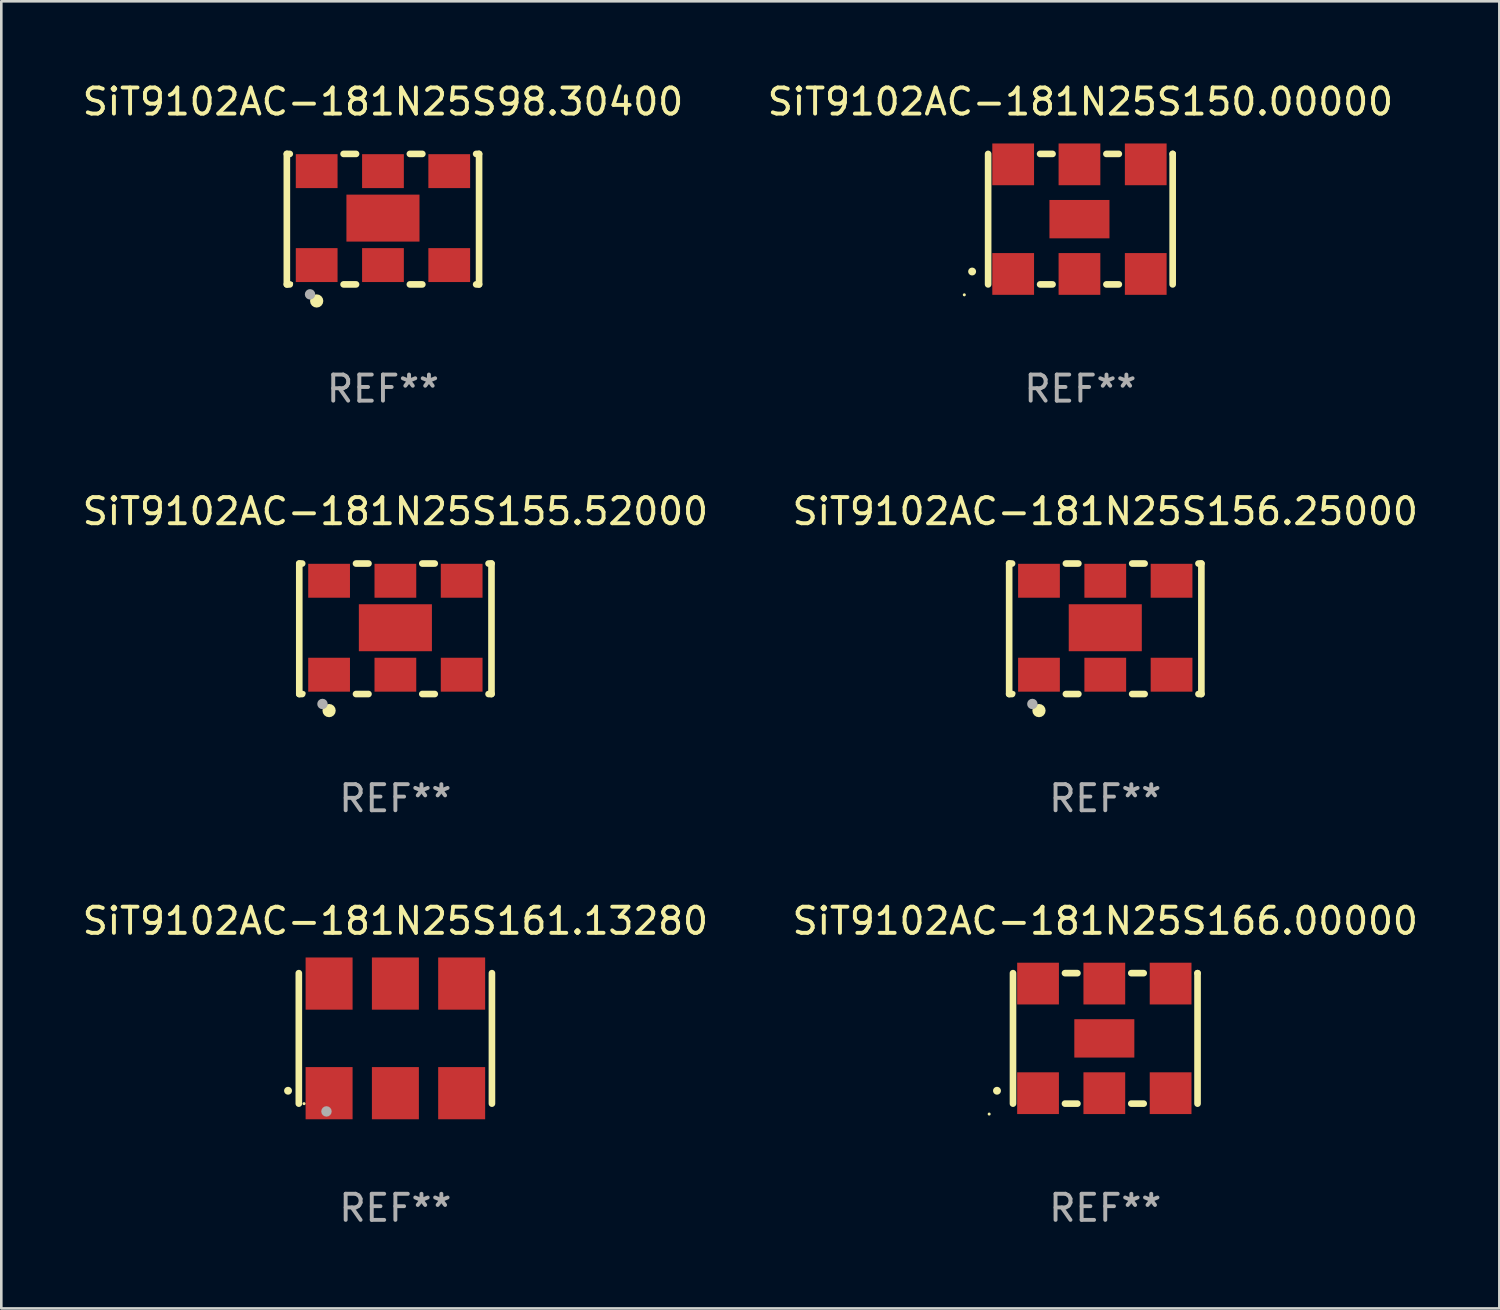
<source format=kicad_pcb>
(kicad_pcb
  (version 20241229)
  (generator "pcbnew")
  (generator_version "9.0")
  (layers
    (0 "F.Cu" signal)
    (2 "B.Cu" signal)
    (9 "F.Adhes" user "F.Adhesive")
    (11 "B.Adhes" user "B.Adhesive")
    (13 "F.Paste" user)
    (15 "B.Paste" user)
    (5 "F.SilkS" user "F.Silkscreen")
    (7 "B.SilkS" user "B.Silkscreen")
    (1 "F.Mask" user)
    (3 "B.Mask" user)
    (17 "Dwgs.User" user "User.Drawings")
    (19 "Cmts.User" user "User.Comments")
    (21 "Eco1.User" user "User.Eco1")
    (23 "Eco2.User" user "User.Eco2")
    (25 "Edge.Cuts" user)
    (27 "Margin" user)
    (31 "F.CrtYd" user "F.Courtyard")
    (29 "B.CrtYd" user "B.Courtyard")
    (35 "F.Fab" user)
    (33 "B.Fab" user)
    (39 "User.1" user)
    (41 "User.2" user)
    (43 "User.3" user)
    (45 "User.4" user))
  (footprint "SiT9102AC-181N25S161.13280"
    (layer "F.Cu")
    (at 12.101 36.741)
    (property "Reference" "SiT9102AC-181N25S161.13280" (at 0 -4.5 0) (layer "F.SilkS") (effects (font (size 1 1) (thickness 0.15))))
    (attr through_hole)
    (fp_line (start -3.7 -2.5) (end -3.7 2.5) (stroke (width 0.254) (type solid)) (layer "F.SilkS"))
    (fp_line (start 3.7 -2.5) (end 3.7 2.5) (stroke (width 0.254) (type solid)) (layer "F.SilkS"))
    (fp_arc (start -4.114415 2.006604) (mid -4.113145 2.006599) (end -4.111875 2.006604) (stroke (width 0.3) (type solid)) (layer "F.SilkS"))
    (fp_circle (center -3.5 2.501) (end -3.47 2.501) (stroke (width 0.06) (type solid)) (fill no) (layer "F.SilkS"))
    (fp_circle (center -2.641 2.799) (end -2.541 2.799) (stroke (width 0.2) (type solid)) (fill no) (layer "F.Fab"))
    (fp_text user "REF**" (at 0 6.5 0) (layer "F.Fab") (effects (font (size 1 1) (thickness 0.15))))
    (pad "1" smd rect (at -2.54 2.1) (size 1.8 2) (layers "F.Cu" "F.Mask" "F.Paste"))
    (pad "2" smd rect (at 0.000394 2.1) (size 1.8 2) (layers "F.Cu" "F.Mask" "F.Paste"))
    (pad "3" smd rect (at 2.54 2.1) (size 1.8 2) (layers "F.Cu" "F.Mask" "F.Paste"))
    (pad "4" smd rect (at 2.54 -2.1) (size 1.8 2) (layers "F.Cu" "F.Mask" "F.Paste"))
    (pad "5" smd rect (at 0.000394 -2.1) (size 1.8 2) (layers "F.Cu" "F.Mask" "F.Paste"))
    (pad "6" smd rect (at -2.54 -2.1) (size 1.8 2) (layers "F.Cu" "F.Mask" "F.Paste")))
  (footprint "SiT9102AC-181N25S98.30400"
    (layer "F.Cu")
    (at 11.625 5.348)
    (property "Reference" "SiT9102AC-181N25S98.30400" (at 0 -4.5 0) (layer "F.SilkS") (effects (font (size 1 1) (thickness 0.15))))
    (attr through_hole)
    (fp_line (start -3.683 -2.5) (end -3.571 -2.5) (stroke (width 0.254) (type solid)) (layer "F.SilkS"))
    (fp_line (start -3.683 2.5) (end -3.683 -2.5) (stroke (width 0.254) (type solid)) (layer "F.SilkS"))
    (fp_line (start -3.683 2.5) (end -3.571 2.5) (stroke (width 0.254) (type solid)) (layer "F.SilkS"))
    (fp_line (start -1.509 -2.5) (end -1.031 -2.5) (stroke (width 0.254) (type solid)) (layer "F.SilkS"))
    (fp_line (start -1.509 2.5) (end -1.031 2.5) (stroke (width 0.254) (type solid)) (layer "F.SilkS"))
    (fp_line (start 1.031 -2.5) (end 1.509 -2.5) (stroke (width 0.254) (type solid)) (layer "F.SilkS"))
    (fp_line (start 1.031 2.5) (end 1.509 2.5) (stroke (width 0.254) (type solid)) (layer "F.SilkS"))
    (fp_line (start 3.571 -2.5) (end 3.683 -2.5) (stroke (width 0.254) (type solid)) (layer "F.SilkS"))
    (fp_line (start 3.571 2.5) (end 3.683 2.5) (stroke (width 0.254) (type solid)) (layer "F.SilkS"))
    (fp_line (start 3.683 2.5) (end 3.683 -2.5) (stroke (width 0.254) (type solid)) (layer "F.SilkS"))
    (fp_circle (center -3.5 2.46) (end -3.47 2.46) (stroke (width 0.06) (type solid)) (fill no) (layer "F.SilkS"))
    (fp_circle (center -2.54 3.135) (end -2.413 3.135) (stroke (width 0.254) (type solid)) (fill no) (layer "F.SilkS"))
    (fp_circle (center -2.794 2.881) (end -2.694 2.881) (stroke (width 0.2) (type solid)) (fill no) (layer "F.Fab"))
    (fp_text user "REF**" (at 0 6.5 0) (layer "F.Fab") (effects (font (size 1 1) (thickness 0.15))))
    (pad "1" smd rect (at -2.54 1.76) (size 1.6 1.3) (layers "F.Cu" "F.Mask" "F.Paste"))
    (pad "2" smd rect (at 0 1.76) (size 1.6 1.3) (layers "F.Cu" "F.Mask" "F.Paste"))
    (pad "3" smd rect (at 2.54 1.76) (size 1.6 1.3) (layers "F.Cu" "F.Mask" "F.Paste"))
    (pad "4" smd rect (at 2.54 -1.84) (size 1.6 1.3) (layers "F.Cu" "F.Mask" "F.Paste"))
    (pad "5" smd rect (at 0 -1.84) (size 1.6 1.3) (layers "F.Cu" "F.Mask" "F.Paste"))
    (pad "6" smd rect (at -2.54 -1.84) (size 1.6 1.3) (layers "F.Cu" "F.Mask" "F.Paste"))
    (pad "7" smd rect (at 0 -0.04) (size 2.8 1.8) (layers "F.Cu" "F.Mask" "F.Paste")))
  (footprint "SiT9102AC-181N25S155.52000"
    (layer "F.Cu")
    (at 12.101 21.045)
    (property "Reference" "SiT9102AC-181N25S155.52000" (at 0 -4.5 0) (layer "F.SilkS") (effects (font (size 1 1) (thickness 0.15))))
    (attr through_hole)
    (fp_line (start -3.683 -2.5) (end -3.571 -2.5) (stroke (width 0.254) (type solid)) (layer "F.SilkS"))
    (fp_line (start -3.683 2.5) (end -3.683 -2.5) (stroke (width 0.254) (type solid)) (layer "F.SilkS"))
    (fp_line (start -3.683 2.5) (end -3.571 2.5) (stroke (width 0.254) (type solid)) (layer "F.SilkS"))
    (fp_line (start -1.509 -2.5) (end -1.031 -2.5) (stroke (width 0.254) (type solid)) (layer "F.SilkS"))
    (fp_line (start -1.509 2.5) (end -1.031 2.5) (stroke (width 0.254) (type solid)) (layer "F.SilkS"))
    (fp_line (start 1.031 -2.5) (end 1.509 -2.5) (stroke (width 0.254) (type solid)) (layer "F.SilkS"))
    (fp_line (start 1.031 2.5) (end 1.509 2.5) (stroke (width 0.254) (type solid)) (layer "F.SilkS"))
    (fp_line (start 3.571 -2.5) (end 3.683 -2.5) (stroke (width 0.254) (type solid)) (layer "F.SilkS"))
    (fp_line (start 3.571 2.5) (end 3.683 2.5) (stroke (width 0.254) (type solid)) (layer "F.SilkS"))
    (fp_line (start 3.683 2.5) (end 3.683 -2.5) (stroke (width 0.254) (type solid)) (layer "F.SilkS"))
    (fp_circle (center -3.5 2.46) (end -3.47 2.46) (stroke (width 0.06) (type solid)) (fill no) (layer "F.SilkS"))
    (fp_circle (center -2.54 3.135) (end -2.413 3.135) (stroke (width 0.254) (type solid)) (fill no) (layer "F.SilkS"))
    (fp_circle (center -2.794 2.881) (end -2.694 2.881) (stroke (width 0.2) (type solid)) (fill no) (layer "F.Fab"))
    (fp_text user "REF**" (at 0 6.5 0) (layer "F.Fab") (effects (font (size 1 1) (thickness 0.15))))
    (pad "1" smd rect (at -2.54 1.76) (size 1.6 1.3) (layers "F.Cu" "F.Mask" "F.Paste"))
    (pad "2" smd rect (at 0 1.76) (size 1.6 1.3) (layers "F.Cu" "F.Mask" "F.Paste"))
    (pad "3" smd rect (at 2.54 1.76) (size 1.6 1.3) (layers "F.Cu" "F.Mask" "F.Paste"))
    (pad "4" smd rect (at 2.54 -1.84) (size 1.6 1.3) (layers "F.Cu" "F.Mask" "F.Paste"))
    (pad "5" smd rect (at 0 -1.84) (size 1.6 1.3) (layers "F.Cu" "F.Mask" "F.Paste"))
    (pad "6" smd rect (at -2.54 -1.84) (size 1.6 1.3) (layers "F.Cu" "F.Mask" "F.Paste"))
    (pad "7" smd rect (at 0 -0.04) (size 2.8 1.8) (layers "F.Cu" "F.Mask" "F.Paste")))
  (footprint "SiT9102AC-181N25S156.25000"
    (layer "F.Cu")
    (at 39.304 21.045)
    (property "Reference" "SiT9102AC-181N25S156.25000" (at 0 -4.5 0) (layer "F.SilkS") (effects (font (size 1 1) (thickness 0.15))))
    (attr through_hole)
    (fp_line (start -3.683 -2.5) (end -3.571 -2.5) (stroke (width 0.254) (type solid)) (layer "F.SilkS"))
    (fp_line (start -3.683 2.5) (end -3.683 -2.5) (stroke (width 0.254) (type solid)) (layer "F.SilkS"))
    (fp_line (start -3.683 2.5) (end -3.571 2.5) (stroke (width 0.254) (type solid)) (layer "F.SilkS"))
    (fp_line (start -1.509 -2.5) (end -1.031 -2.5) (stroke (width 0.254) (type solid)) (layer "F.SilkS"))
    (fp_line (start -1.509 2.5) (end -1.031 2.5) (stroke (width 0.254) (type solid)) (layer "F.SilkS"))
    (fp_line (start 1.031 -2.5) (end 1.509 -2.5) (stroke (width 0.254) (type solid)) (layer "F.SilkS"))
    (fp_line (start 1.031 2.5) (end 1.509 2.5) (stroke (width 0.254) (type solid)) (layer "F.SilkS"))
    (fp_line (start 3.571 -2.5) (end 3.683 -2.5) (stroke (width 0.254) (type solid)) (layer "F.SilkS"))
    (fp_line (start 3.571 2.5) (end 3.683 2.5) (stroke (width 0.254) (type solid)) (layer "F.SilkS"))
    (fp_line (start 3.683 2.5) (end 3.683 -2.5) (stroke (width 0.254) (type solid)) (layer "F.SilkS"))
    (fp_circle (center -3.5 2.46) (end -3.47 2.46) (stroke (width 0.06) (type solid)) (fill no) (layer "F.SilkS"))
    (fp_circle (center -2.54 3.135) (end -2.413 3.135) (stroke (width 0.254) (type solid)) (fill no) (layer "F.SilkS"))
    (fp_circle (center -2.794 2.881) (end -2.694 2.881) (stroke (width 0.2) (type solid)) (fill no) (layer "F.Fab"))
    (fp_text user "REF**" (at 0 6.5 0) (layer "F.Fab") (effects (font (size 1 1) (thickness 0.15))))
    (pad "1" smd rect (at -2.54 1.76) (size 1.6 1.3) (layers "F.Cu" "F.Mask" "F.Paste"))
    (pad "2" smd rect (at 0 1.76) (size 1.6 1.3) (layers "F.Cu" "F.Mask" "F.Paste"))
    (pad "3" smd rect (at 2.54 1.76) (size 1.6 1.3) (layers "F.Cu" "F.Mask" "F.Paste"))
    (pad "4" smd rect (at 2.54 -1.84) (size 1.6 1.3) (layers "F.Cu" "F.Mask" "F.Paste"))
    (pad "5" smd rect (at 0 -1.84) (size 1.6 1.3) (layers "F.Cu" "F.Mask" "F.Paste"))
    (pad "6" smd rect (at -2.54 -1.84) (size 1.6 1.3) (layers "F.Cu" "F.Mask" "F.Paste"))
    (pad "7" smd rect (at 0 -0.04) (size 2.8 1.8) (layers "F.Cu" "F.Mask" "F.Paste")))
  (footprint "SiT9102AC-181N25S166.00000"
    (layer "F.Cu")
    (at 39.304 36.741)
    (property "Reference" "SiT9102AC-181N25S166.00000" (at 0 -4.5 0) (layer "F.SilkS") (effects (font (size 1 1) (thickness 0.15))))
    (attr through_hole)
    (fp_line (start -3.536 -2.5) (end -3.536 2.5) (stroke (width 0.254) (type solid)) (layer "F.SilkS"))
    (fp_line (start -1.544 2.5) (end -1.067 2.5) (stroke (width 0.254) (type solid)) (layer "F.SilkS"))
    (fp_line (start -1.067 -2.5) (end -1.544 -2.5) (stroke (width 0.254) (type solid)) (layer "F.SilkS"))
    (fp_line (start 0.996 2.5) (end 1.473 2.5) (stroke (width 0.254) (type solid)) (layer "F.SilkS"))
    (fp_line (start 1.473 -2.5) (end 0.996 -2.5) (stroke (width 0.254) (type solid)) (layer "F.SilkS"))
    (fp_line (start 3.536 -2.5) (end 3.536 -2.5) (stroke (width 0.254) (type solid)) (layer "F.SilkS"))
    (fp_line (start 3.536 2.5) (end 3.536 -2.5) (stroke (width 0.254) (type solid)) (layer "F.SilkS"))
    (fp_arc (start -4.150432 2.006604) (mid -4.149162 2.006599) (end -4.147892 2.006604) (stroke (width 0.3) (type solid)) (layer "F.SilkS"))
    (fp_circle (center -4.449 2.9) (end -4.419 2.9) (stroke (width 0.06) (type solid)) (fill no) (layer "F.SilkS"))
    (fp_text user "REF**" (at 0 6.5 0) (layer "F.Fab") (effects (font (size 1 1) (thickness 0.15))))
    (pad "1" smd rect (at -2.576 2.1) (size 1.6 1.6) (layers "F.Cu" "F.Mask" "F.Paste"))
    (pad "2" smd rect (at -0.036 2.1) (size 1.6 1.6) (layers "F.Cu" "F.Mask" "F.Paste"))
    (pad "3" smd rect (at 2.504 2.1) (size 1.6 1.6) (layers "F.Cu" "F.Mask" "F.Paste"))
    (pad "4" smd rect (at 2.504 -2.1) (size 1.6 1.6) (layers "F.Cu" "F.Mask" "F.Paste"))
    (pad "5" smd rect (at -0.036 -2.1) (size 1.6 1.6) (layers "F.Cu" "F.Mask" "F.Paste"))
    (pad "6" smd rect (at -2.576 -2.1) (size 1.6 1.6) (layers "F.Cu" "F.Mask" "F.Paste"))
    (pad "7" smd rect (at -0.036 0) (size 2.3 1.47) (layers "F.Cu" "F.Mask" "F.Paste")))
  (footprint "SiT9102AC-181N25S150.00000"
    (layer "F.Cu")
    (at 38.351 5.348)
    (property "Reference" "SiT9102AC-181N25S150.00000" (at 0 -4.5 0) (layer "F.SilkS") (effects (font (size 1 1) (thickness 0.15))))
    (attr through_hole)
    (fp_line (start -3.536 -2.5) (end -3.536 2.5) (stroke (width 0.254) (type solid)) (layer "F.SilkS"))
    (fp_line (start -1.544 2.5) (end -1.067 2.5) (stroke (width 0.254) (type solid)) (layer "F.SilkS"))
    (fp_line (start -1.067 -2.5) (end -1.544 -2.5) (stroke (width 0.254) (type solid)) (layer "F.SilkS"))
    (fp_line (start 0.996 2.5) (end 1.473 2.5) (stroke (width 0.254) (type solid)) (layer "F.SilkS"))
    (fp_line (start 1.473 -2.5) (end 0.996 -2.5) (stroke (width 0.254) (type solid)) (layer "F.SilkS"))
    (fp_line (start 3.536 -2.5) (end 3.536 -2.5) (stroke (width 0.254) (type solid)) (layer "F.SilkS"))
    (fp_line (start 3.536 2.5) (end 3.536 -2.5) (stroke (width 0.254) (type solid)) (layer "F.SilkS"))
    (fp_arc (start -4.150432 2.006604) (mid -4.149162 2.006599) (end -4.147892 2.006604) (stroke (width 0.3) (type solid)) (layer "F.SilkS"))
    (fp_circle (center -4.449 2.9) (end -4.419 2.9) (stroke (width 0.06) (type solid)) (fill no) (layer "F.SilkS"))
    (fp_text user "REF**" (at 0 6.5 0) (layer "F.Fab") (effects (font (size 1 1) (thickness 0.15))))
    (pad "1" smd rect (at -2.576 2.1) (size 1.6 1.6) (layers "F.Cu" "F.Mask" "F.Paste"))
    (pad "2" smd rect (at -0.036 2.1) (size 1.6 1.6) (layers "F.Cu" "F.Mask" "F.Paste"))
    (pad "3" smd rect (at 2.504 2.1) (size 1.6 1.6) (layers "F.Cu" "F.Mask" "F.Paste"))
    (pad "4" smd rect (at 2.504 -2.1) (size 1.6 1.6) (layers "F.Cu" "F.Mask" "F.Paste"))
    (pad "5" smd rect (at -0.036 -2.1) (size 1.6 1.6) (layers "F.Cu" "F.Mask" "F.Paste"))
    (pad "6" smd rect (at -2.576 -2.1) (size 1.6 1.6) (layers "F.Cu" "F.Mask" "F.Paste"))
    (pad "7" smd rect (at -0.036 0) (size 2.3 1.47) (layers "F.Cu" "F.Mask" "F.Paste")))
  (gr_rect
    (start -3 -3)
    (end 54.405 47.09)
    (stroke (width 0.1) (type default))
    (fill no)
    (layer "Edge.Cuts")))
</source>
